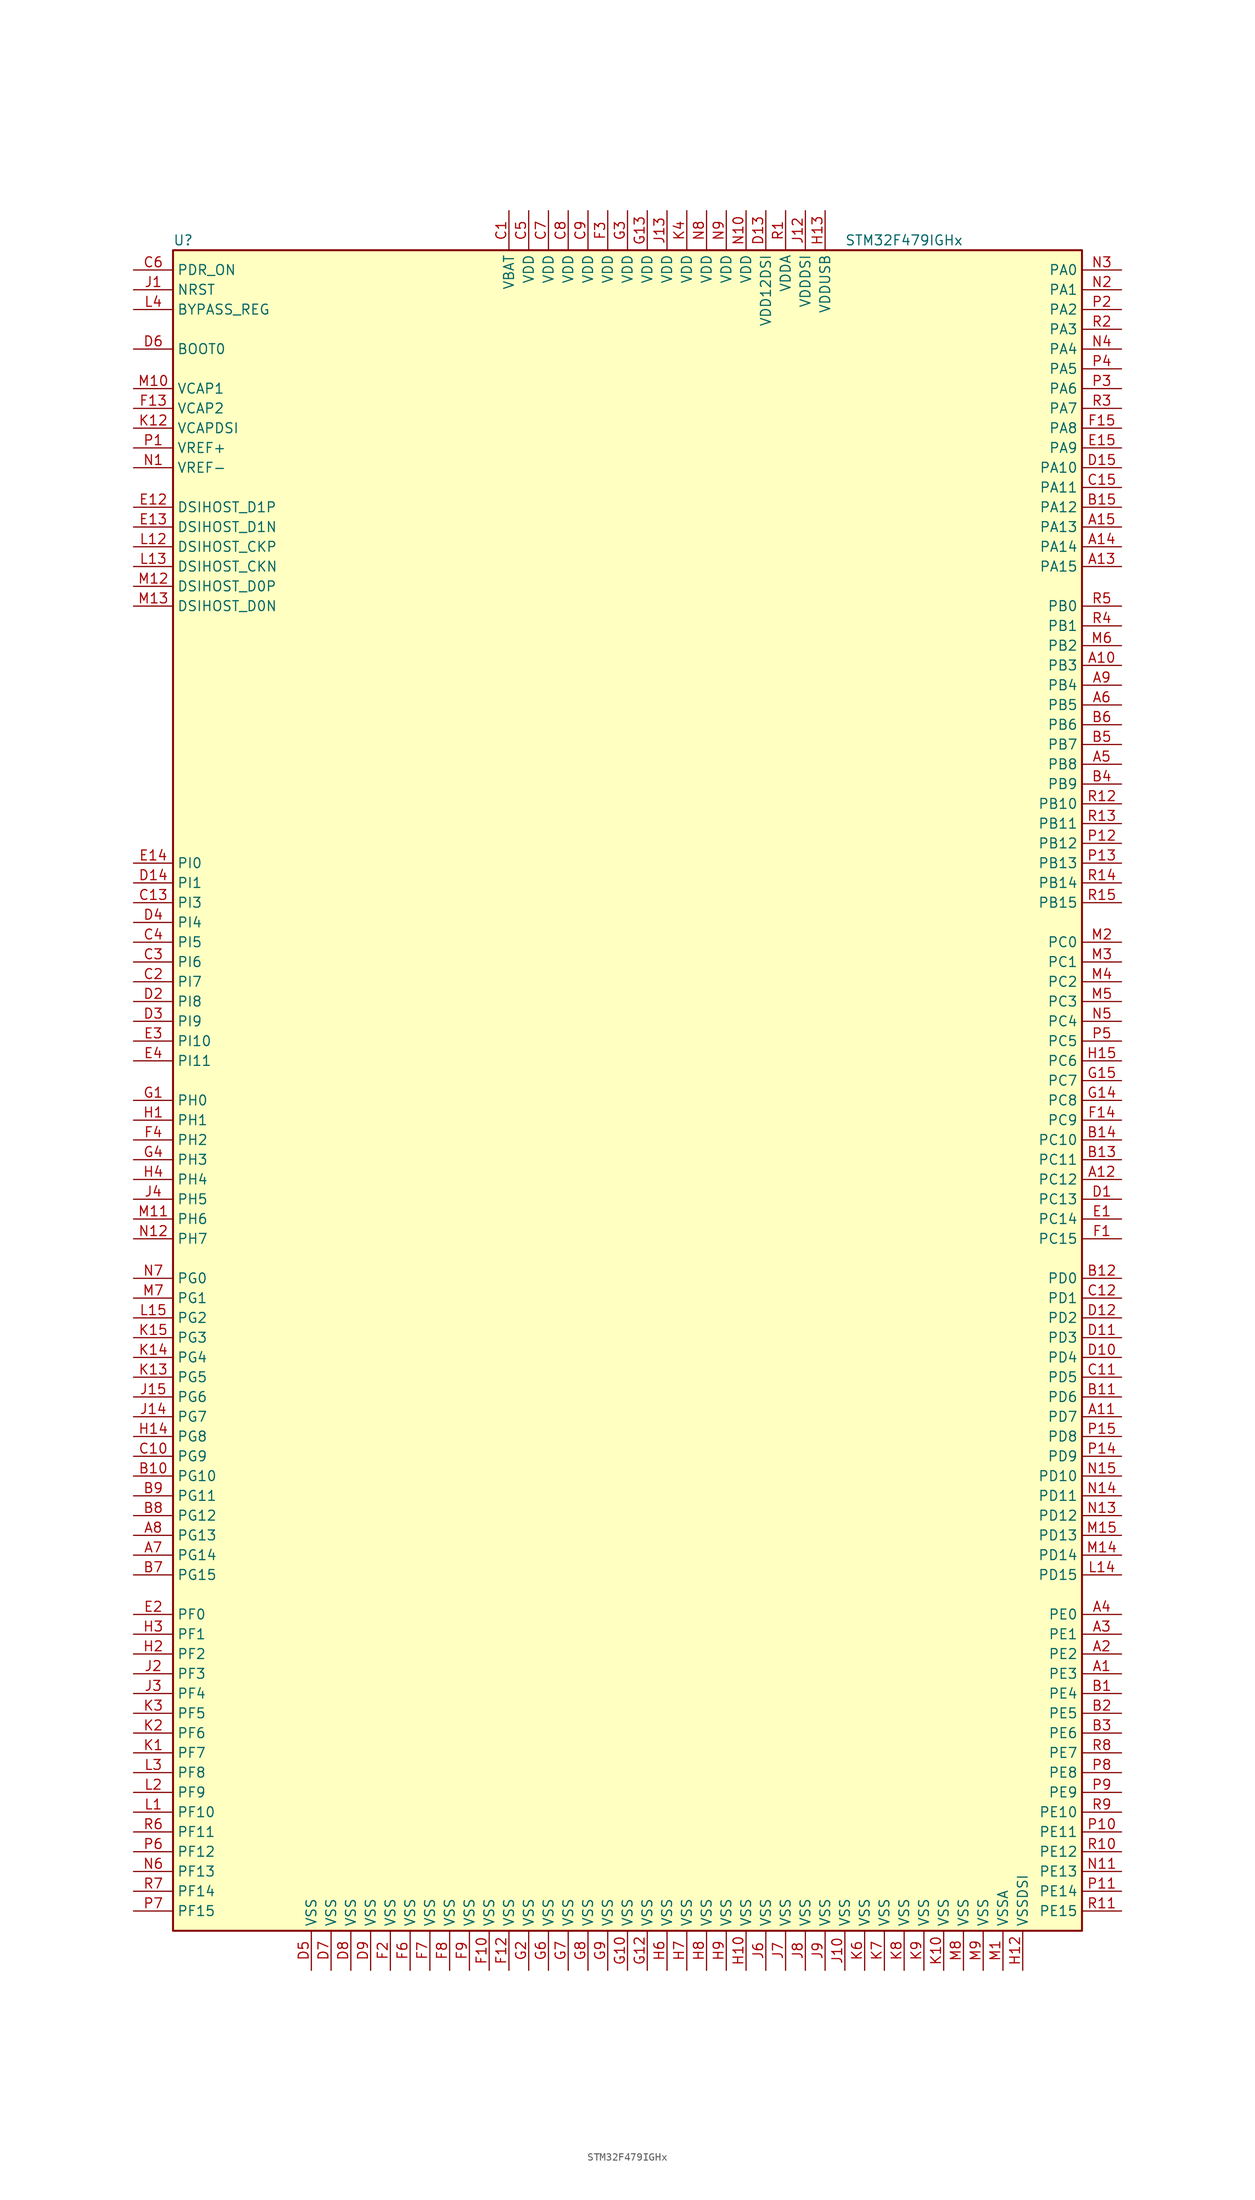
<source format=kicad_sym>
(kicad_symbol_lib
  (version 20200908)
  (generator kicad_symbol_editor)
  (symbol "MCU_ST_STM32F4:STM32F479IGHx"
    (property "Reference" "U"
      (at -58.42 107.95 0)
      (effects (font (size 1.27 1.27)) (justify left)))
    (property "Value" "STM32F479IGHx"
      (at 27.94 107.95 0)
      (effects (font (size 1.27 1.27)) (justify left)))
    (symbol "STM32F479IGHx_0_1"
      (rectangle (start -58.42 -109.22) (end 58.42 106.68) (stroke (width 0.254)) (fill (type background))))
    (symbol "STM32F479IGHx_1_1"
      (pin input line (at -63.5 93.98 0) (length 5.08) (name "BOOT0" (effects (font (size 1.27 1.27)))) (number "D6" (effects (font (size 1.27 1.27)))))
      (pin input line (at -63.5 99.06 0) (length 5.08) (name "BYPASS_REG" (effects (font (size 1.27 1.27)))) (number "L4" (effects (font (size 1.27 1.27)))))
      (pin bidirectional line (at -63.5 66.04 0) (length 5.08) (name "DSIHOST_CKN" (effects (font (size 1.27 1.27)))) (number "L13" (effects (font (size 1.27 1.27)))))
      (pin bidirectional line (at -63.5 68.58 0) (length 5.08) (name "DSIHOST_CKP" (effects (font (size 1.27 1.27)))) (number "L12" (effects (font (size 1.27 1.27)))))
      (pin bidirectional line (at -63.5 60.96 0) (length 5.08) (name "DSIHOST_D0N" (effects (font (size 1.27 1.27)))) (number "M13" (effects (font (size 1.27 1.27)))))
      (pin bidirectional line (at -63.5 63.5 0) (length 5.08) (name "DSIHOST_D0P" (effects (font (size 1.27 1.27)))) (number "M12" (effects (font (size 1.27 1.27)))))
      (pin bidirectional line (at -63.5 71.12 0) (length 5.08) (name "DSIHOST_D1N" (effects (font (size 1.27 1.27)))) (number "E13" (effects (font (size 1.27 1.27)))))
      (pin bidirectional line (at -63.5 73.66 0) (length 5.08) (name "DSIHOST_D1P" (effects (font (size 1.27 1.27)))) (number "E12" (effects (font (size 1.27 1.27)))))
      (pin unconnected line (at -58.42 -106.68 0) (length 5.08) hide (name "NC" (effects (font (size 1.27 1.27)))) (number "C14" (effects (font (size 1.27 1.27)))))
      (pin input line (at -63.5 101.6 0) (length 5.08) (name "NRST" (effects (font (size 1.27 1.27)))) (number "J1" (effects (font (size 1.27 1.27)))))
      (pin bidirectional line (at 63.5 104.14 180) (length 5.08) (name "PA0" (effects (font (size 1.27 1.27)))) (number "N3" (effects (font (size 1.27 1.27)))))
      (pin bidirectional line (at 63.5 101.6 180) (length 5.08) (name "PA1" (effects (font (size 1.27 1.27)))) (number "N2" (effects (font (size 1.27 1.27)))))
      (pin bidirectional line (at 63.5 78.74 180) (length 5.08) (name "PA10" (effects (font (size 1.27 1.27)))) (number "D15" (effects (font (size 1.27 1.27)))))
      (pin bidirectional line (at 63.5 76.2 180) (length 5.08) (name "PA11" (effects (font (size 1.27 1.27)))) (number "C15" (effects (font (size 1.27 1.27)))))
      (pin bidirectional line (at 63.5 73.66 180) (length 5.08) (name "PA12" (effects (font (size 1.27 1.27)))) (number "B15" (effects (font (size 1.27 1.27)))))
      (pin bidirectional line (at 63.5 71.12 180) (length 5.08) (name "PA13" (effects (font (size 1.27 1.27)))) (number "A15" (effects (font (size 1.27 1.27)))))
      (pin bidirectional line (at 63.5 68.58 180) (length 5.08) (name "PA14" (effects (font (size 1.27 1.27)))) (number "A14" (effects (font (size 1.27 1.27)))))
      (pin bidirectional line (at 63.5 66.04 180) (length 5.08) (name "PA15" (effects (font (size 1.27 1.27)))) (number "A13" (effects (font (size 1.27 1.27)))))
      (pin bidirectional line (at 63.5 99.06 180) (length 5.08) (name "PA2" (effects (font (size 1.27 1.27)))) (number "P2" (effects (font (size 1.27 1.27)))))
      (pin bidirectional line (at 63.5 96.52 180) (length 5.08) (name "PA3" (effects (font (size 1.27 1.27)))) (number "R2" (effects (font (size 1.27 1.27)))))
      (pin bidirectional line (at 63.5 93.98 180) (length 5.08) (name "PA4" (effects (font (size 1.27 1.27)))) (number "N4" (effects (font (size 1.27 1.27)))))
      (pin bidirectional line (at 63.5 91.44 180) (length 5.08) (name "PA5" (effects (font (size 1.27 1.27)))) (number "P4" (effects (font (size 1.27 1.27)))))
      (pin bidirectional line (at 63.5 88.9 180) (length 5.08) (name "PA6" (effects (font (size 1.27 1.27)))) (number "P3" (effects (font (size 1.27 1.27)))))
      (pin bidirectional line (at 63.5 86.36 180) (length 5.08) (name "PA7" (effects (font (size 1.27 1.27)))) (number "R3" (effects (font (size 1.27 1.27)))))
      (pin bidirectional line (at 63.5 83.82 180) (length 5.08) (name "PA8" (effects (font (size 1.27 1.27)))) (number "F15" (effects (font (size 1.27 1.27)))))
      (pin bidirectional line (at 63.5 81.28 180) (length 5.08) (name "PA9" (effects (font (size 1.27 1.27)))) (number "E15" (effects (font (size 1.27 1.27)))))
      (pin bidirectional line (at 63.5 60.96 180) (length 5.08) (name "PB0" (effects (font (size 1.27 1.27)))) (number "R5" (effects (font (size 1.27 1.27)))))
      (pin bidirectional line (at 63.5 58.42 180) (length 5.08) (name "PB1" (effects (font (size 1.27 1.27)))) (number "R4" (effects (font (size 1.27 1.27)))))
      (pin bidirectional line (at 63.5 35.56 180) (length 5.08) (name "PB10" (effects (font (size 1.27 1.27)))) (number "R12" (effects (font (size 1.27 1.27)))))
      (pin bidirectional line (at 63.5 33.02 180) (length 5.08) (name "PB11" (effects (font (size 1.27 1.27)))) (number "R13" (effects (font (size 1.27 1.27)))))
      (pin bidirectional line (at 63.5 30.48 180) (length 5.08) (name "PB12" (effects (font (size 1.27 1.27)))) (number "P12" (effects (font (size 1.27 1.27)))))
      (pin bidirectional line (at 63.5 27.94 180) (length 5.08) (name "PB13" (effects (font (size 1.27 1.27)))) (number "P13" (effects (font (size 1.27 1.27)))))
      (pin bidirectional line (at 63.5 25.4 180) (length 5.08) (name "PB14" (effects (font (size 1.27 1.27)))) (number "R14" (effects (font (size 1.27 1.27)))))
      (pin bidirectional line (at 63.5 22.86 180) (length 5.08) (name "PB15" (effects (font (size 1.27 1.27)))) (number "R15" (effects (font (size 1.27 1.27)))))
      (pin bidirectional line (at 63.5 55.88 180) (length 5.08) (name "PB2" (effects (font (size 1.27 1.27)))) (number "M6" (effects (font (size 1.27 1.27)))))
      (pin bidirectional line (at 63.5 53.34 180) (length 5.08) (name "PB3" (effects (font (size 1.27 1.27)))) (number "A10" (effects (font (size 1.27 1.27)))))
      (pin bidirectional line (at 63.5 50.8 180) (length 5.08) (name "PB4" (effects (font (size 1.27 1.27)))) (number "A9" (effects (font (size 1.27 1.27)))))
      (pin bidirectional line (at 63.5 48.26 180) (length 5.08) (name "PB5" (effects (font (size 1.27 1.27)))) (number "A6" (effects (font (size 1.27 1.27)))))
      (pin bidirectional line (at 63.5 45.72 180) (length 5.08) (name "PB6" (effects (font (size 1.27 1.27)))) (number "B6" (effects (font (size 1.27 1.27)))))
      (pin bidirectional line (at 63.5 43.18 180) (length 5.08) (name "PB7" (effects (font (size 1.27 1.27)))) (number "B5" (effects (font (size 1.27 1.27)))))
      (pin bidirectional line (at 63.5 40.64 180) (length 5.08) (name "PB8" (effects (font (size 1.27 1.27)))) (number "A5" (effects (font (size 1.27 1.27)))))
      (pin bidirectional line (at 63.5 38.1 180) (length 5.08) (name "PB9" (effects (font (size 1.27 1.27)))) (number "B4" (effects (font (size 1.27 1.27)))))
      (pin bidirectional line (at 63.5 17.78 180) (length 5.08) (name "PC0" (effects (font (size 1.27 1.27)))) (number "M2" (effects (font (size 1.27 1.27)))))
      (pin bidirectional line (at 63.5 15.24 180) (length 5.08) (name "PC1" (effects (font (size 1.27 1.27)))) (number "M3" (effects (font (size 1.27 1.27)))))
      (pin bidirectional line (at 63.5 -7.62 180) (length 5.08) (name "PC10" (effects (font (size 1.27 1.27)))) (number "B14" (effects (font (size 1.27 1.27)))))
      (pin bidirectional line (at 63.5 -10.16 180) (length 5.08) (name "PC11" (effects (font (size 1.27 1.27)))) (number "B13" (effects (font (size 1.27 1.27)))))
      (pin bidirectional line (at 63.5 -12.7 180) (length 5.08) (name "PC12" (effects (font (size 1.27 1.27)))) (number "A12" (effects (font (size 1.27 1.27)))))
      (pin bidirectional line (at 63.5 -15.24 180) (length 5.08) (name "PC13" (effects (font (size 1.27 1.27)))) (number "D1" (effects (font (size 1.27 1.27)))))
      (pin bidirectional line (at 63.5 -17.78 180) (length 5.08) (name "PC14" (effects (font (size 1.27 1.27)))) (number "E1" (effects (font (size 1.27 1.27)))))
      (pin bidirectional line (at 63.5 -20.32 180) (length 5.08) (name "PC15" (effects (font (size 1.27 1.27)))) (number "F1" (effects (font (size 1.27 1.27)))))
      (pin bidirectional line (at 63.5 12.7 180) (length 5.08) (name "PC2" (effects (font (size 1.27 1.27)))) (number "M4" (effects (font (size 1.27 1.27)))))
      (pin bidirectional line (at 63.5 10.16 180) (length 5.08) (name "PC3" (effects (font (size 1.27 1.27)))) (number "M5" (effects (font (size 1.27 1.27)))))
      (pin bidirectional line (at 63.5 7.62 180) (length 5.08) (name "PC4" (effects (font (size 1.27 1.27)))) (number "N5" (effects (font (size 1.27 1.27)))))
      (pin bidirectional line (at 63.5 5.08 180) (length 5.08) (name "PC5" (effects (font (size 1.27 1.27)))) (number "P5" (effects (font (size 1.27 1.27)))))
      (pin bidirectional line (at 63.5 2.54 180) (length 5.08) (name "PC6" (effects (font (size 1.27 1.27)))) (number "H15" (effects (font (size 1.27 1.27)))))
      (pin bidirectional line (at 63.5 0 180) (length 5.08) (name "PC7" (effects (font (size 1.27 1.27)))) (number "G15" (effects (font (size 1.27 1.27)))))
      (pin bidirectional line (at 63.5 -2.54 180) (length 5.08) (name "PC8" (effects (font (size 1.27 1.27)))) (number "G14" (effects (font (size 1.27 1.27)))))
      (pin bidirectional line (at 63.5 -5.08 180) (length 5.08) (name "PC9" (effects (font (size 1.27 1.27)))) (number "F14" (effects (font (size 1.27 1.27)))))
      (pin bidirectional line (at 63.5 -25.4 180) (length 5.08) (name "PD0" (effects (font (size 1.27 1.27)))) (number "B12" (effects (font (size 1.27 1.27)))))
      (pin bidirectional line (at 63.5 -27.94 180) (length 5.08) (name "PD1" (effects (font (size 1.27 1.27)))) (number "C12" (effects (font (size 1.27 1.27)))))
      (pin bidirectional line (at 63.5 -50.8 180) (length 5.08) (name "PD10" (effects (font (size 1.27 1.27)))) (number "N15" (effects (font (size 1.27 1.27)))))
      (pin bidirectional line (at 63.5 -53.34 180) (length 5.08) (name "PD11" (effects (font (size 1.27 1.27)))) (number "N14" (effects (font (size 1.27 1.27)))))
      (pin bidirectional line (at 63.5 -55.88 180) (length 5.08) (name "PD12" (effects (font (size 1.27 1.27)))) (number "N13" (effects (font (size 1.27 1.27)))))
      (pin bidirectional line (at 63.5 -58.42 180) (length 5.08) (name "PD13" (effects (font (size 1.27 1.27)))) (number "M15" (effects (font (size 1.27 1.27)))))
      (pin bidirectional line (at 63.5 -60.96 180) (length 5.08) (name "PD14" (effects (font (size 1.27 1.27)))) (number "M14" (effects (font (size 1.27 1.27)))))
      (pin bidirectional line (at 63.5 -63.5 180) (length 5.08) (name "PD15" (effects (font (size 1.27 1.27)))) (number "L14" (effects (font (size 1.27 1.27)))))
      (pin bidirectional line (at 63.5 -30.48 180) (length 5.08) (name "PD2" (effects (font (size 1.27 1.27)))) (number "D12" (effects (font (size 1.27 1.27)))))
      (pin bidirectional line (at 63.5 -33.02 180) (length 5.08) (name "PD3" (effects (font (size 1.27 1.27)))) (number "D11" (effects (font (size 1.27 1.27)))))
      (pin bidirectional line (at 63.5 -35.56 180) (length 5.08) (name "PD4" (effects (font (size 1.27 1.27)))) (number "D10" (effects (font (size 1.27 1.27)))))
      (pin bidirectional line (at 63.5 -38.1 180) (length 5.08) (name "PD5" (effects (font (size 1.27 1.27)))) (number "C11" (effects (font (size 1.27 1.27)))))
      (pin bidirectional line (at 63.5 -40.64 180) (length 5.08) (name "PD6" (effects (font (size 1.27 1.27)))) (number "B11" (effects (font (size 1.27 1.27)))))
      (pin bidirectional line (at 63.5 -43.18 180) (length 5.08) (name "PD7" (effects (font (size 1.27 1.27)))) (number "A11" (effects (font (size 1.27 1.27)))))
      (pin bidirectional line (at 63.5 -45.72 180) (length 5.08) (name "PD8" (effects (font (size 1.27 1.27)))) (number "P15" (effects (font (size 1.27 1.27)))))
      (pin bidirectional line (at 63.5 -48.26 180) (length 5.08) (name "PD9" (effects (font (size 1.27 1.27)))) (number "P14" (effects (font (size 1.27 1.27)))))
      (pin input line (at -63.5 104.14 0) (length 5.08) (name "PDR_ON" (effects (font (size 1.27 1.27)))) (number "C6" (effects (font (size 1.27 1.27)))))
      (pin bidirectional line (at 63.5 -68.58 180) (length 5.08) (name "PE0" (effects (font (size 1.27 1.27)))) (number "A4" (effects (font (size 1.27 1.27)))))
      (pin bidirectional line (at 63.5 -71.12 180) (length 5.08) (name "PE1" (effects (font (size 1.27 1.27)))) (number "A3" (effects (font (size 1.27 1.27)))))
      (pin bidirectional line (at 63.5 -93.98 180) (length 5.08) (name "PE10" (effects (font (size 1.27 1.27)))) (number "R9" (effects (font (size 1.27 1.27)))))
      (pin bidirectional line (at 63.5 -96.52 180) (length 5.08) (name "PE11" (effects (font (size 1.27 1.27)))) (number "P10" (effects (font (size 1.27 1.27)))))
      (pin bidirectional line (at 63.5 -99.06 180) (length 5.08) (name "PE12" (effects (font (size 1.27 1.27)))) (number "R10" (effects (font (size 1.27 1.27)))))
      (pin bidirectional line (at 63.5 -101.6 180) (length 5.08) (name "PE13" (effects (font (size 1.27 1.27)))) (number "N11" (effects (font (size 1.27 1.27)))))
      (pin bidirectional line (at 63.5 -104.14 180) (length 5.08) (name "PE14" (effects (font (size 1.27 1.27)))) (number "P11" (effects (font (size 1.27 1.27)))))
      (pin bidirectional line (at 63.5 -106.68 180) (length 5.08) (name "PE15" (effects (font (size 1.27 1.27)))) (number "R11" (effects (font (size 1.27 1.27)))))
      (pin bidirectional line (at 63.5 -73.66 180) (length 5.08) (name "PE2" (effects (font (size 1.27 1.27)))) (number "A2" (effects (font (size 1.27 1.27)))))
      (pin bidirectional line (at 63.5 -76.2 180) (length 5.08) (name "PE3" (effects (font (size 1.27 1.27)))) (number "A1" (effects (font (size 1.27 1.27)))))
      (pin bidirectional line (at 63.5 -78.74 180) (length 5.08) (name "PE4" (effects (font (size 1.27 1.27)))) (number "B1" (effects (font (size 1.27 1.27)))))
      (pin bidirectional line (at 63.5 -81.28 180) (length 5.08) (name "PE5" (effects (font (size 1.27 1.27)))) (number "B2" (effects (font (size 1.27 1.27)))))
      (pin bidirectional line (at 63.5 -83.82 180) (length 5.08) (name "PE6" (effects (font (size 1.27 1.27)))) (number "B3" (effects (font (size 1.27 1.27)))))
      (pin bidirectional line (at 63.5 -86.36 180) (length 5.08) (name "PE7" (effects (font (size 1.27 1.27)))) (number "R8" (effects (font (size 1.27 1.27)))))
      (pin bidirectional line (at 63.5 -88.9 180) (length 5.08) (name "PE8" (effects (font (size 1.27 1.27)))) (number "P8" (effects (font (size 1.27 1.27)))))
      (pin bidirectional line (at 63.5 -91.44 180) (length 5.08) (name "PE9" (effects (font (size 1.27 1.27)))) (number "P9" (effects (font (size 1.27 1.27)))))
      (pin bidirectional line (at -63.5 -68.58 0) (length 5.08) (name "PF0" (effects (font (size 1.27 1.27)))) (number "E2" (effects (font (size 1.27 1.27)))))
      (pin bidirectional line (at -63.5 -71.12 0) (length 5.08) (name "PF1" (effects (font (size 1.27 1.27)))) (number "H3" (effects (font (size 1.27 1.27)))))
      (pin bidirectional line (at -63.5 -93.98 0) (length 5.08) (name "PF10" (effects (font (size 1.27 1.27)))) (number "L1" (effects (font (size 1.27 1.27)))))
      (pin bidirectional line (at -63.5 -96.52 0) (length 5.08) (name "PF11" (effects (font (size 1.27 1.27)))) (number "R6" (effects (font (size 1.27 1.27)))))
      (pin bidirectional line (at -63.5 -99.06 0) (length 5.08) (name "PF12" (effects (font (size 1.27 1.27)))) (number "P6" (effects (font (size 1.27 1.27)))))
      (pin bidirectional line (at -63.5 -101.6 0) (length 5.08) (name "PF13" (effects (font (size 1.27 1.27)))) (number "N6" (effects (font (size 1.27 1.27)))))
      (pin bidirectional line (at -63.5 -104.14 0) (length 5.08) (name "PF14" (effects (font (size 1.27 1.27)))) (number "R7" (effects (font (size 1.27 1.27)))))
      (pin bidirectional line (at -63.5 -106.68 0) (length 5.08) (name "PF15" (effects (font (size 1.27 1.27)))) (number "P7" (effects (font (size 1.27 1.27)))))
      (pin bidirectional line (at -63.5 -73.66 0) (length 5.08) (name "PF2" (effects (font (size 1.27 1.27)))) (number "H2" (effects (font (size 1.27 1.27)))))
      (pin bidirectional line (at -63.5 -76.2 0) (length 5.08) (name "PF3" (effects (font (size 1.27 1.27)))) (number "J2" (effects (font (size 1.27 1.27)))))
      (pin bidirectional line (at -63.5 -78.74 0) (length 5.08) (name "PF4" (effects (font (size 1.27 1.27)))) (number "J3" (effects (font (size 1.27 1.27)))))
      (pin bidirectional line (at -63.5 -81.28 0) (length 5.08) (name "PF5" (effects (font (size 1.27 1.27)))) (number "K3" (effects (font (size 1.27 1.27)))))
      (pin bidirectional line (at -63.5 -83.82 0) (length 5.08) (name "PF6" (effects (font (size 1.27 1.27)))) (number "K2" (effects (font (size 1.27 1.27)))))
      (pin bidirectional line (at -63.5 -86.36 0) (length 5.08) (name "PF7" (effects (font (size 1.27 1.27)))) (number "K1" (effects (font (size 1.27 1.27)))))
      (pin bidirectional line (at -63.5 -88.9 0) (length 5.08) (name "PF8" (effects (font (size 1.27 1.27)))) (number "L3" (effects (font (size 1.27 1.27)))))
      (pin bidirectional line (at -63.5 -91.44 0) (length 5.08) (name "PF9" (effects (font (size 1.27 1.27)))) (number "L2" (effects (font (size 1.27 1.27)))))
      (pin bidirectional line (at -63.5 -25.4 0) (length 5.08) (name "PG0" (effects (font (size 1.27 1.27)))) (number "N7" (effects (font (size 1.27 1.27)))))
      (pin bidirectional line (at -63.5 -27.94 0) (length 5.08) (name "PG1" (effects (font (size 1.27 1.27)))) (number "M7" (effects (font (size 1.27 1.27)))))
      (pin bidirectional line (at -63.5 -50.8 0) (length 5.08) (name "PG10" (effects (font (size 1.27 1.27)))) (number "B10" (effects (font (size 1.27 1.27)))))
      (pin bidirectional line (at -63.5 -53.34 0) (length 5.08) (name "PG11" (effects (font (size 1.27 1.27)))) (number "B9" (effects (font (size 1.27 1.27)))))
      (pin bidirectional line (at -63.5 -55.88 0) (length 5.08) (name "PG12" (effects (font (size 1.27 1.27)))) (number "B8" (effects (font (size 1.27 1.27)))))
      (pin bidirectional line (at -63.5 -58.42 0) (length 5.08) (name "PG13" (effects (font (size 1.27 1.27)))) (number "A8" (effects (font (size 1.27 1.27)))))
      (pin bidirectional line (at -63.5 -60.96 0) (length 5.08) (name "PG14" (effects (font (size 1.27 1.27)))) (number "A7" (effects (font (size 1.27 1.27)))))
      (pin bidirectional line (at -63.5 -63.5 0) (length 5.08) (name "PG15" (effects (font (size 1.27 1.27)))) (number "B7" (effects (font (size 1.27 1.27)))))
      (pin bidirectional line (at -63.5 -30.48 0) (length 5.08) (name "PG2" (effects (font (size 1.27 1.27)))) (number "L15" (effects (font (size 1.27 1.27)))))
      (pin bidirectional line (at -63.5 -33.02 0) (length 5.08) (name "PG3" (effects (font (size 1.27 1.27)))) (number "K15" (effects (font (size 1.27 1.27)))))
      (pin bidirectional line (at -63.5 -35.56 0) (length 5.08) (name "PG4" (effects (font (size 1.27 1.27)))) (number "K14" (effects (font (size 1.27 1.27)))))
      (pin bidirectional line (at -63.5 -38.1 0) (length 5.08) (name "PG5" (effects (font (size 1.27 1.27)))) (number "K13" (effects (font (size 1.27 1.27)))))
      (pin bidirectional line (at -63.5 -40.64 0) (length 5.08) (name "PG6" (effects (font (size 1.27 1.27)))) (number "J15" (effects (font (size 1.27 1.27)))))
      (pin bidirectional line (at -63.5 -43.18 0) (length 5.08) (name "PG7" (effects (font (size 1.27 1.27)))) (number "J14" (effects (font (size 1.27 1.27)))))
      (pin bidirectional line (at -63.5 -45.72 0) (length 5.08) (name "PG8" (effects (font (size 1.27 1.27)))) (number "H14" (effects (font (size 1.27 1.27)))))
      (pin bidirectional line (at -63.5 -48.26 0) (length 5.08) (name "PG9" (effects (font (size 1.27 1.27)))) (number "C10" (effects (font (size 1.27 1.27)))))
      (pin input line (at -63.5 -2.54 0) (length 5.08) (name "PH0" (effects (font (size 1.27 1.27)))) (number "G1" (effects (font (size 1.27 1.27)))))
      (pin input line (at -63.5 -5.08 0) (length 5.08) (name "PH1" (effects (font (size 1.27 1.27)))) (number "H1" (effects (font (size 1.27 1.27)))))
      (pin bidirectional line (at -63.5 -7.62 0) (length 5.08) (name "PH2" (effects (font (size 1.27 1.27)))) (number "F4" (effects (font (size 1.27 1.27)))))
      (pin bidirectional line (at -63.5 -10.16 0) (length 5.08) (name "PH3" (effects (font (size 1.27 1.27)))) (number "G4" (effects (font (size 1.27 1.27)))))
      (pin bidirectional line (at -63.5 -12.7 0) (length 5.08) (name "PH4" (effects (font (size 1.27 1.27)))) (number "H4" (effects (font (size 1.27 1.27)))))
      (pin bidirectional line (at -63.5 -15.24 0) (length 5.08) (name "PH5" (effects (font (size 1.27 1.27)))) (number "J4" (effects (font (size 1.27 1.27)))))
      (pin bidirectional line (at -63.5 -17.78 0) (length 5.08) (name "PH6" (effects (font (size 1.27 1.27)))) (number "M11" (effects (font (size 1.27 1.27)))))
      (pin bidirectional line (at -63.5 -20.32 0) (length 5.08) (name "PH7" (effects (font (size 1.27 1.27)))) (number "N12" (effects (font (size 1.27 1.27)))))
      (pin bidirectional line (at -63.5 27.94 0) (length 5.08) (name "PI0" (effects (font (size 1.27 1.27)))) (number "E14" (effects (font (size 1.27 1.27)))))
      (pin bidirectional line (at -63.5 25.4 0) (length 5.08) (name "PI1" (effects (font (size 1.27 1.27)))) (number "D14" (effects (font (size 1.27 1.27)))))
      (pin bidirectional line (at -63.5 5.08 0) (length 5.08) (name "PI10" (effects (font (size 1.27 1.27)))) (number "E3" (effects (font (size 1.27 1.27)))))
      (pin bidirectional line (at -63.5 2.54 0) (length 5.08) (name "PI11" (effects (font (size 1.27 1.27)))) (number "E4" (effects (font (size 1.27 1.27)))))
      (pin bidirectional line (at -63.5 22.86 0) (length 5.08) (name "PI3" (effects (font (size 1.27 1.27)))) (number "C13" (effects (font (size 1.27 1.27)))))
      (pin bidirectional line (at -63.5 20.32 0) (length 5.08) (name "PI4" (effects (font (size 1.27 1.27)))) (number "D4" (effects (font (size 1.27 1.27)))))
      (pin bidirectional line (at -63.5 17.78 0) (length 5.08) (name "PI5" (effects (font (size 1.27 1.27)))) (number "C4" (effects (font (size 1.27 1.27)))))
      (pin bidirectional line (at -63.5 15.24 0) (length 5.08) (name "PI6" (effects (font (size 1.27 1.27)))) (number "C3" (effects (font (size 1.27 1.27)))))
      (pin bidirectional line (at -63.5 12.7 0) (length 5.08) (name "PI7" (effects (font (size 1.27 1.27)))) (number "C2" (effects (font (size 1.27 1.27)))))
      (pin bidirectional line (at -63.5 10.16 0) (length 5.08) (name "PI8" (effects (font (size 1.27 1.27)))) (number "D2" (effects (font (size 1.27 1.27)))))
      (pin bidirectional line (at -63.5 7.62 0) (length 5.08) (name "PI9" (effects (font (size 1.27 1.27)))) (number "D3" (effects (font (size 1.27 1.27)))))
      (pin power_in line (at -15.24 111.76 270) (length 5.08) (name "VBAT" (effects (font (size 1.27 1.27)))) (number "C1" (effects (font (size 1.27 1.27)))))
      (pin power_in line (at -63.5 88.9 0) (length 5.08) (name "VCAP1" (effects (font (size 1.27 1.27)))) (number "M10" (effects (font (size 1.27 1.27)))))
      (pin power_in line (at -63.5 86.36 0) (length 5.08) (name "VCAP2" (effects (font (size 1.27 1.27)))) (number "F13" (effects (font (size 1.27 1.27)))))
      (pin power_in line (at -63.5 83.82 0) (length 5.08) (name "VCAPDSI" (effects (font (size 1.27 1.27)))) (number "K12" (effects (font (size 1.27 1.27)))))
      (pin power_in line (at -12.7 111.76 270) (length 5.08) (name "VDD" (effects (font (size 1.27 1.27)))) (number "C5" (effects (font (size 1.27 1.27)))))
      (pin power_in line (at -10.16 111.76 270) (length 5.08) (name "VDD" (effects (font (size 1.27 1.27)))) (number "C7" (effects (font (size 1.27 1.27)))))
      (pin power_in line (at -7.62 111.76 270) (length 5.08) (name "VDD" (effects (font (size 1.27 1.27)))) (number "C8" (effects (font (size 1.27 1.27)))))
      (pin power_in line (at -5.08 111.76 270) (length 5.08) (name "VDD" (effects (font (size 1.27 1.27)))) (number "C9" (effects (font (size 1.27 1.27)))))
      (pin power_in line (at -2.54 111.76 270) (length 5.08) (name "VDD" (effects (font (size 1.27 1.27)))) (number "F3" (effects (font (size 1.27 1.27)))))
      (pin power_in line (at 2.54 111.76 270) (length 5.08) (name "VDD" (effects (font (size 1.27 1.27)))) (number "G13" (effects (font (size 1.27 1.27)))))
      (pin power_in line (at 0 111.76 270) (length 5.08) (name "VDD" (effects (font (size 1.27 1.27)))) (number "G3" (effects (font (size 1.27 1.27)))))
      (pin power_in line (at 5.08 111.76 270) (length 5.08) (name "VDD" (effects (font (size 1.27 1.27)))) (number "J13" (effects (font (size 1.27 1.27)))))
      (pin power_in line (at 7.62 111.76 270) (length 5.08) (name "VDD" (effects (font (size 1.27 1.27)))) (number "K4" (effects (font (size 1.27 1.27)))))
      (pin power_in line (at 15.24 111.76 270) (length 5.08) (name "VDD" (effects (font (size 1.27 1.27)))) (number "N10" (effects (font (size 1.27 1.27)))))
      (pin power_in line (at 10.16 111.76 270) (length 5.08) (name "VDD" (effects (font (size 1.27 1.27)))) (number "N8" (effects (font (size 1.27 1.27)))))
      (pin power_in line (at 12.7 111.76 270) (length 5.08) (name "VDD" (effects (font (size 1.27 1.27)))) (number "N9" (effects (font (size 1.27 1.27)))))
      (pin power_in line (at 17.78 111.76 270) (length 5.08) (name "VDD12DSI" (effects (font (size 1.27 1.27)))) (number "D13" (effects (font (size 1.27 1.27)))))
      (pin power_in line (at 20.32 111.76 270) (length 5.08) (name "VDDA" (effects (font (size 1.27 1.27)))) (number "R1" (effects (font (size 1.27 1.27)))))
      (pin power_in line (at 22.86 111.76 270) (length 5.08) (name "VDDDSI" (effects (font (size 1.27 1.27)))) (number "J12" (effects (font (size 1.27 1.27)))))
      (pin power_in line (at 25.4 111.76 270) (length 5.08) (name "VDDUSB" (effects (font (size 1.27 1.27)))) (number "H13" (effects (font (size 1.27 1.27)))))
      (pin power_in line (at -63.5 81.28 0) (length 5.08) (name "VREF+" (effects (font (size 1.27 1.27)))) (number "P1" (effects (font (size 1.27 1.27)))))
      (pin power_in line (at -63.5 78.74 0) (length 5.08) (name "VREF-" (effects (font (size 1.27 1.27)))) (number "N1" (effects (font (size 1.27 1.27)))))
      (pin power_in line (at -40.64 -114.3 90) (length 5.08) (name "VSS" (effects (font (size 1.27 1.27)))) (number "D5" (effects (font (size 1.27 1.27)))))
      (pin power_in line (at -38.1 -114.3 90) (length 5.08) (name "VSS" (effects (font (size 1.27 1.27)))) (number "D7" (effects (font (size 1.27 1.27)))))
      (pin power_in line (at -35.56 -114.3 90) (length 5.08) (name "VSS" (effects (font (size 1.27 1.27)))) (number "D8" (effects (font (size 1.27 1.27)))))
      (pin power_in line (at -33.02 -114.3 90) (length 5.08) (name "VSS" (effects (font (size 1.27 1.27)))) (number "D9" (effects (font (size 1.27 1.27)))))
      (pin power_in line (at -17.78 -114.3 90) (length 5.08) (name "VSS" (effects (font (size 1.27 1.27)))) (number "F10" (effects (font (size 1.27 1.27)))))
      (pin power_in line (at -15.24 -114.3 90) (length 5.08) (name "VSS" (effects (font (size 1.27 1.27)))) (number "F12" (effects (font (size 1.27 1.27)))))
      (pin power_in line (at -30.48 -114.3 90) (length 5.08) (name "VSS" (effects (font (size 1.27 1.27)))) (number "F2" (effects (font (size 1.27 1.27)))))
      (pin power_in line (at -27.94 -114.3 90) (length 5.08) (name "VSS" (effects (font (size 1.27 1.27)))) (number "F6" (effects (font (size 1.27 1.27)))))
      (pin power_in line (at -25.4 -114.3 90) (length 5.08) (name "VSS" (effects (font (size 1.27 1.27)))) (number "F7" (effects (font (size 1.27 1.27)))))
      (pin power_in line (at -22.86 -114.3 90) (length 5.08) (name "VSS" (effects (font (size 1.27 1.27)))) (number "F8" (effects (font (size 1.27 1.27)))))
      (pin power_in line (at -20.32 -114.3 90) (length 5.08) (name "VSS" (effects (font (size 1.27 1.27)))) (number "F9" (effects (font (size 1.27 1.27)))))
      (pin power_in line (at 0 -114.3 90) (length 5.08) (name "VSS" (effects (font (size 1.27 1.27)))) (number "G10" (effects (font (size 1.27 1.27)))))
      (pin power_in line (at 2.54 -114.3 90) (length 5.08) (name "VSS" (effects (font (size 1.27 1.27)))) (number "G12" (effects (font (size 1.27 1.27)))))
      (pin power_in line (at -12.7 -114.3 90) (length 5.08) (name "VSS" (effects (font (size 1.27 1.27)))) (number "G2" (effects (font (size 1.27 1.27)))))
      (pin power_in line (at -10.16 -114.3 90) (length 5.08) (name "VSS" (effects (font (size 1.27 1.27)))) (number "G6" (effects (font (size 1.27 1.27)))))
      (pin power_in line (at -7.62 -114.3 90) (length 5.08) (name "VSS" (effects (font (size 1.27 1.27)))) (number "G7" (effects (font (size 1.27 1.27)))))
      (pin power_in line (at -5.08 -114.3 90) (length 5.08) (name "VSS" (effects (font (size 1.27 1.27)))) (number "G8" (effects (font (size 1.27 1.27)))))
      (pin power_in line (at -2.54 -114.3 90) (length 5.08) (name "VSS" (effects (font (size 1.27 1.27)))) (number "G9" (effects (font (size 1.27 1.27)))))
      (pin power_in line (at 15.24 -114.3 90) (length 5.08) (name "VSS" (effects (font (size 1.27 1.27)))) (number "H10" (effects (font (size 1.27 1.27)))))
      (pin power_in line (at 5.08 -114.3 90) (length 5.08) (name "VSS" (effects (font (size 1.27 1.27)))) (number "H6" (effects (font (size 1.27 1.27)))))
      (pin power_in line (at 7.62 -114.3 90) (length 5.08) (name "VSS" (effects (font (size 1.27 1.27)))) (number "H7" (effects (font (size 1.27 1.27)))))
      (pin power_in line (at 10.16 -114.3 90) (length 5.08) (name "VSS" (effects (font (size 1.27 1.27)))) (number "H8" (effects (font (size 1.27 1.27)))))
      (pin power_in line (at 12.7 -114.3 90) (length 5.08) (name "VSS" (effects (font (size 1.27 1.27)))) (number "H9" (effects (font (size 1.27 1.27)))))
      (pin power_in line (at 27.94 -114.3 90) (length 5.08) (name "VSS" (effects (font (size 1.27 1.27)))) (number "J10" (effects (font (size 1.27 1.27)))))
      (pin power_in line (at 17.78 -114.3 90) (length 5.08) (name "VSS" (effects (font (size 1.27 1.27)))) (number "J6" (effects (font (size 1.27 1.27)))))
      (pin power_in line (at 20.32 -114.3 90) (length 5.08) (name "VSS" (effects (font (size 1.27 1.27)))) (number "J7" (effects (font (size 1.27 1.27)))))
      (pin power_in line (at 22.86 -114.3 90) (length 5.08) (name "VSS" (effects (font (size 1.27 1.27)))) (number "J8" (effects (font (size 1.27 1.27)))))
      (pin power_in line (at 25.4 -114.3 90) (length 5.08) (name "VSS" (effects (font (size 1.27 1.27)))) (number "J9" (effects (font (size 1.27 1.27)))))
      (pin power_in line (at 40.64 -114.3 90) (length 5.08) (name "VSS" (effects (font (size 1.27 1.27)))) (number "K10" (effects (font (size 1.27 1.27)))))
      (pin power_in line (at 30.48 -114.3 90) (length 5.08) (name "VSS" (effects (font (size 1.27 1.27)))) (number "K6" (effects (font (size 1.27 1.27)))))
      (pin power_in line (at 33.02 -114.3 90) (length 5.08) (name "VSS" (effects (font (size 1.27 1.27)))) (number "K7" (effects (font (size 1.27 1.27)))))
      (pin power_in line (at 35.56 -114.3 90) (length 5.08) (name "VSS" (effects (font (size 1.27 1.27)))) (number "K8" (effects (font (size 1.27 1.27)))))
      (pin power_in line (at 38.1 -114.3 90) (length 5.08) (name "VSS" (effects (font (size 1.27 1.27)))) (number "K9" (effects (font (size 1.27 1.27)))))
      (pin power_in line (at 43.18 -114.3 90) (length 5.08) (name "VSS" (effects (font (size 1.27 1.27)))) (number "M8" (effects (font (size 1.27 1.27)))))
      (pin power_in line (at 45.72 -114.3 90) (length 5.08) (name "VSS" (effects (font (size 1.27 1.27)))) (number "M9" (effects (font (size 1.27 1.27)))))
      (pin power_in line (at 48.26 -114.3 90) (length 5.08) (name "VSSA" (effects (font (size 1.27 1.27)))) (number "M1" (effects (font (size 1.27 1.27)))))
      (pin power_in line (at 50.8 -114.3 90) (length 5.08) (name "VSSDSI" (effects (font (size 1.27 1.27)))) (number "H12" (effects (font (size 1.27 1.27))))))))
</source>
